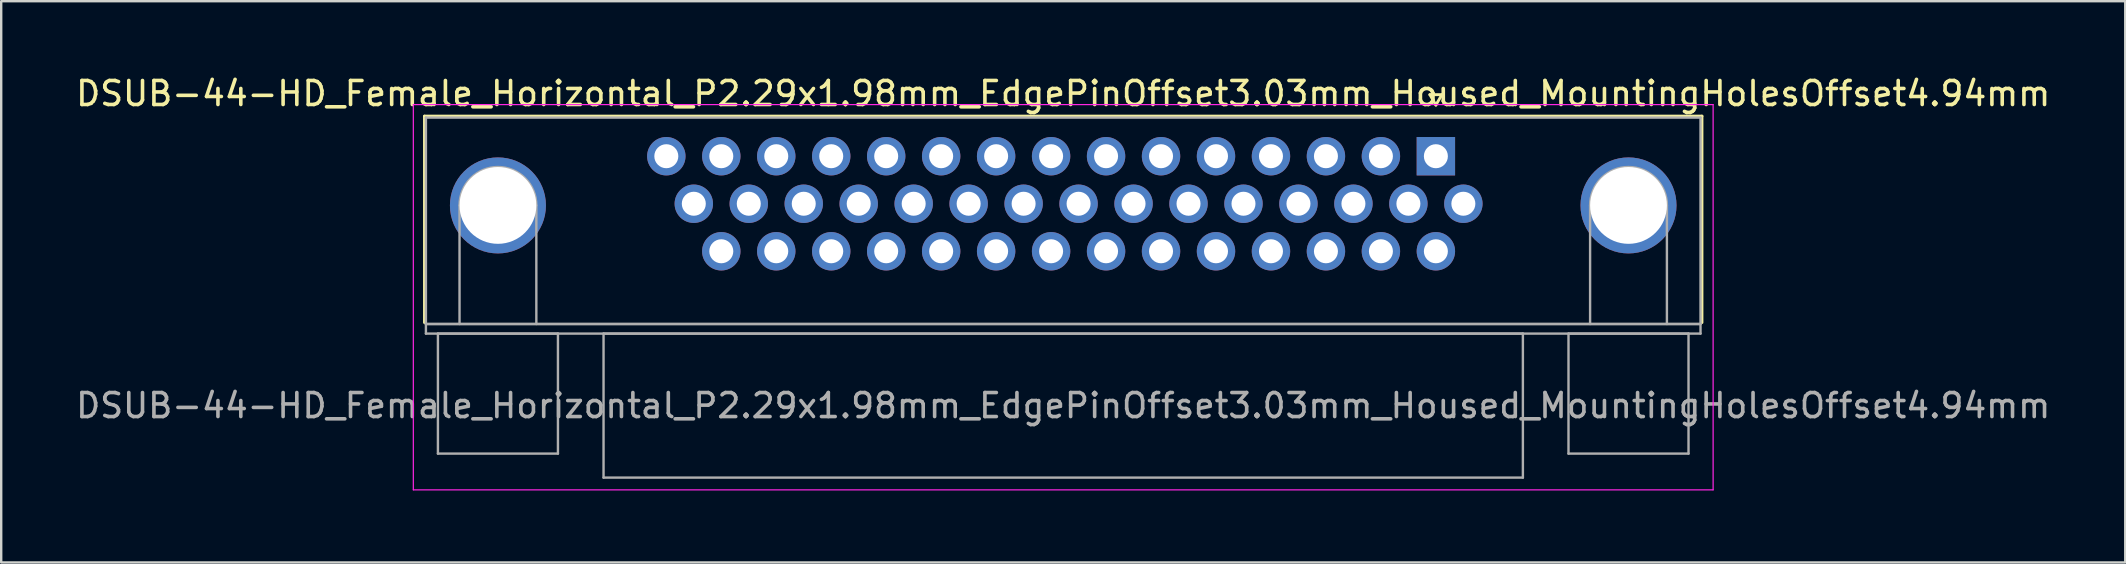
<source format=kicad_pcb>
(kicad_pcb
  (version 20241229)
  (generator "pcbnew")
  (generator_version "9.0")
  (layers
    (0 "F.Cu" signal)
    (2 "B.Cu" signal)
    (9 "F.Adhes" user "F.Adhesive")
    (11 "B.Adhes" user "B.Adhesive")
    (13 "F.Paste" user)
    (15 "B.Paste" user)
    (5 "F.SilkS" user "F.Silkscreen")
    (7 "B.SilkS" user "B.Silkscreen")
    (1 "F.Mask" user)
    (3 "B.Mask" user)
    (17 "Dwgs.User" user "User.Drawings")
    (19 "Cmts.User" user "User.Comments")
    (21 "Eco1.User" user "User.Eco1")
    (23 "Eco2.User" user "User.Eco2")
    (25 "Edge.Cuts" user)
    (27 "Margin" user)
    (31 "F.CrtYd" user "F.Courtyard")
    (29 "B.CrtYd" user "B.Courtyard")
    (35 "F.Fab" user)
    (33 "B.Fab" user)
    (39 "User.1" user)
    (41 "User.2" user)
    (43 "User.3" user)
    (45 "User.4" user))
  (footprint "DSUB-44-HD_Female_Horizontal_P2.29x1.98mm_EdgePinOffset3.03mm_Housed_MountingHolesOffset4.94mm"
    (layer "F.Cu")
    (at 56.769 3.458)
    (property "Reference" "DSUB-44-HD_Female_Horizontal_P2.29x1.98mm_EdgePinOffset3.03mm_Housed_MountingHolesOffset4.94mm" (at -15.525 -2.61 0) (layer "F.SilkS") (effects (font (size 1 1) (thickness 0.15))))
    (attr through_hole)
    (fp_line (start -42.135 -1.67) (end 11.085 -1.67) (stroke (width 0.12) (type solid)) (layer "F.SilkS"))
    (fp_line (start -42.135 6.93) (end -42.135 -1.67) (stroke (width 0.12) (type solid)) (layer "F.SilkS"))
    (fp_line (start -0.25 -2.564) (end 0.25 -2.564) (stroke (width 0.12) (type solid)) (layer "F.SilkS"))
    (fp_line (start 0 -2.131) (end -0.25 -2.564) (stroke (width 0.12) (type solid)) (layer "F.SilkS"))
    (fp_line (start 0.25 -2.564) (end 0 -2.131) (stroke (width 0.12) (type solid)) (layer "F.SilkS"))
    (fp_line (start 11.085 -1.67) (end 11.085 6.93) (stroke (width 0.12) (type solid)) (layer "F.SilkS"))
    (fp_line (start -42.6 -2.15) (end -42.6 13.9) (stroke (width 0.05) (type solid)) (layer "F.CrtYd"))
    (fp_line (start -42.6 13.9) (end 11.55 13.9) (stroke (width 0.05) (type solid)) (layer "F.CrtYd"))
    (fp_line (start 11.55 -2.15) (end -42.6 -2.15) (stroke (width 0.05) (type solid)) (layer "F.CrtYd"))
    (fp_line (start 11.55 13.9) (end 11.55 -2.15) (stroke (width 0.05) (type solid)) (layer "F.CrtYd"))
    (fp_line (start -42.075 -1.61) (end -42.075 6.99) (stroke (width 0.1) (type solid)) (layer "F.Fab"))
    (fp_line (start -42.075 6.99) (end -42.075 7.39) (stroke (width 0.1) (type solid)) (layer "F.Fab"))
    (fp_line (start -42.075 6.99) (end 11.025 6.99) (stroke (width 0.1) (type solid)) (layer "F.Fab"))
    (fp_line (start -42.075 7.39) (end 11.025 7.39) (stroke (width 0.1) (type solid)) (layer "F.Fab"))
    (fp_line (start -41.575 7.39) (end -41.575 12.39) (stroke (width 0.1) (type solid)) (layer "F.Fab"))
    (fp_line (start -41.575 12.39) (end -36.575 12.39) (stroke (width 0.1) (type solid)) (layer "F.Fab"))
    (fp_line (start -40.675 6.99) (end -40.675 2.05) (stroke (width 0.1) (type solid)) (layer "F.Fab"))
    (fp_line (start -37.475 6.99) (end -37.475 2.05) (stroke (width 0.1) (type solid)) (layer "F.Fab"))
    (fp_line (start -36.575 7.39) (end -41.575 7.39) (stroke (width 0.1) (type solid)) (layer "F.Fab"))
    (fp_line (start -36.575 12.39) (end -36.575 7.39) (stroke (width 0.1) (type solid)) (layer "F.Fab"))
    (fp_line (start -34.675 7.39) (end -34.675 13.39) (stroke (width 0.1) (type solid)) (layer "F.Fab"))
    (fp_line (start -34.675 13.39) (end 3.625 13.39) (stroke (width 0.1) (type solid)) (layer "F.Fab"))
    (fp_line (start 3.625 7.39) (end -34.675 7.39) (stroke (width 0.1) (type solid)) (layer "F.Fab"))
    (fp_line (start 3.625 13.39) (end 3.625 7.39) (stroke (width 0.1) (type solid)) (layer "F.Fab"))
    (fp_line (start 5.525 7.39) (end 5.525 12.39) (stroke (width 0.1) (type solid)) (layer "F.Fab"))
    (fp_line (start 5.525 12.39) (end 10.525 12.39) (stroke (width 0.1) (type solid)) (layer "F.Fab"))
    (fp_line (start 6.425 6.99) (end 6.425 2.05) (stroke (width 0.1) (type solid)) (layer "F.Fab"))
    (fp_line (start 9.625 6.99) (end 9.625 2.05) (stroke (width 0.1) (type solid)) (layer "F.Fab"))
    (fp_line (start 10.525 7.39) (end 5.525 7.39) (stroke (width 0.1) (type solid)) (layer "F.Fab"))
    (fp_line (start 10.525 12.39) (end 10.525 7.39) (stroke (width 0.1) (type solid)) (layer "F.Fab"))
    (fp_line (start 11.025 -1.61) (end -42.075 -1.61) (stroke (width 0.1) (type solid)) (layer "F.Fab"))
    (fp_line (start 11.025 6.99) (end -42.075 6.99) (stroke (width 0.1) (type solid)) (layer "F.Fab"))
    (fp_line (start 11.025 6.99) (end 11.025 -1.61) (stroke (width 0.1) (type solid)) (layer "F.Fab"))
    (fp_line (start 11.025 7.39) (end 11.025 6.99) (stroke (width 0.1) (type solid)) (layer "F.Fab"))
    (fp_arc (start -40.675 2.05) (mid -39.075 0.45) (end -37.475 2.05) (stroke (width 0.1) (type solid)) (layer "F.Fab"))
    (fp_arc (start 6.425 2.05) (mid 8.025 0.45) (end 9.625 2.05) (stroke (width 0.1) (type solid)) (layer "F.Fab"))
    (fp_text user "${REFERENCE}" (at -15.525 10.39 0) (layer "F.Fab") (effects (font (size 1 1) (thickness 0.15))))
    (pad "0" thru_hole circle (at -39.075 2.05) (size 4 4) (drill 3.2) (layers "*.Cu" "*.Mask"))
    (pad "0" thru_hole circle (at 8.025 2.05) (size 4 4) (drill 3.2) (layers "*.Cu" "*.Mask"))
    (pad "1" thru_hole rect (at 0 0) (size 1.6 1.6) (drill 1) (layers "*.Cu" "*.Mask"))
    (pad "2" thru_hole circle (at -2.29 0) (size 1.6 1.6) (drill 1) (layers "*.Cu" "*.Mask"))
    (pad "3" thru_hole circle (at -4.58 0) (size 1.6 1.6) (drill 1) (layers "*.Cu" "*.Mask"))
    (pad "4" thru_hole circle (at -6.87 0) (size 1.6 1.6) (drill 1) (layers "*.Cu" "*.Mask"))
    (pad "5" thru_hole circle (at -9.16 0) (size 1.6 1.6) (drill 1) (layers "*.Cu" "*.Mask"))
    (pad "6" thru_hole circle (at -11.45 0) (size 1.6 1.6) (drill 1) (layers "*.Cu" "*.Mask"))
    (pad "7" thru_hole circle (at -13.74 0) (size 1.6 1.6) (drill 1) (layers "*.Cu" "*.Mask"))
    (pad "8" thru_hole circle (at -16.03 0) (size 1.6 1.6) (drill 1) (layers "*.Cu" "*.Mask"))
    (pad "9" thru_hole circle (at -18.32 0) (size 1.6 1.6) (drill 1) (layers "*.Cu" "*.Mask"))
    (pad "10" thru_hole circle (at -20.61 0) (size 1.6 1.6) (drill 1) (layers "*.Cu" "*.Mask"))
    (pad "11" thru_hole circle (at -22.9 0) (size 1.6 1.6) (drill 1) (layers "*.Cu" "*.Mask"))
    (pad "12" thru_hole circle (at -25.19 0) (size 1.6 1.6) (drill 1) (layers "*.Cu" "*.Mask"))
    (pad "13" thru_hole circle (at -27.48 0) (size 1.6 1.6) (drill 1) (layers "*.Cu" "*.Mask"))
    (pad "14" thru_hole circle (at -29.77 0) (size 1.6 1.6) (drill 1) (layers "*.Cu" "*.Mask"))
    (pad "15" thru_hole circle (at -32.06 0) (size 1.6 1.6) (drill 1) (layers "*.Cu" "*.Mask"))
    (pad "16" thru_hole circle (at 1.145 1.98) (size 1.6 1.6) (drill 1) (layers "*.Cu" "*.Mask"))
    (pad "17" thru_hole circle (at -1.145 1.98) (size 1.6 1.6) (drill 1) (layers "*.Cu" "*.Mask"))
    (pad "18" thru_hole circle (at -3.435 1.98) (size 1.6 1.6) (drill 1) (layers "*.Cu" "*.Mask"))
    (pad "19" thru_hole circle (at -5.725 1.98) (size 1.6 1.6) (drill 1) (layers "*.Cu" "*.Mask"))
    (pad "20" thru_hole circle (at -8.015 1.98) (size 1.6 1.6) (drill 1) (layers "*.Cu" "*.Mask"))
    (pad "21" thru_hole circle (at -10.305 1.98) (size 1.6 1.6) (drill 1) (layers "*.Cu" "*.Mask"))
    (pad "22" thru_hole circle (at -12.595 1.98) (size 1.6 1.6) (drill 1) (layers "*.Cu" "*.Mask"))
    (pad "23" thru_hole circle (at -14.885 1.98) (size 1.6 1.6) (drill 1) (layers "*.Cu" "*.Mask"))
    (pad "24" thru_hole circle (at -17.175 1.98) (size 1.6 1.6) (drill 1) (layers "*.Cu" "*.Mask"))
    (pad "25" thru_hole circle (at -19.465 1.98) (size 1.6 1.6) (drill 1) (layers "*.Cu" "*.Mask"))
    (pad "26" thru_hole circle (at -21.755 1.98) (size 1.6 1.6) (drill 1) (layers "*.Cu" "*.Mask"))
    (pad "27" thru_hole circle (at -24.045 1.98) (size 1.6 1.6) (drill 1) (layers "*.Cu" "*.Mask"))
    (pad "28" thru_hole circle (at -26.335 1.98) (size 1.6 1.6) (drill 1) (layers "*.Cu" "*.Mask"))
    (pad "29" thru_hole circle (at -28.625 1.98) (size 1.6 1.6) (drill 1) (layers "*.Cu" "*.Mask"))
    (pad "30" thru_hole circle (at -30.915 1.98) (size 1.6 1.6) (drill 1) (layers "*.Cu" "*.Mask"))
    (pad "31" thru_hole circle (at 0 3.96) (size 1.6 1.6) (drill 1) (layers "*.Cu" "*.Mask"))
    (pad "32" thru_hole circle (at -2.29 3.96) (size 1.6 1.6) (drill 1) (layers "*.Cu" "*.Mask"))
    (pad "33" thru_hole circle (at -4.58 3.96) (size 1.6 1.6) (drill 1) (layers "*.Cu" "*.Mask"))
    (pad "34" thru_hole circle (at -6.87 3.96) (size 1.6 1.6) (drill 1) (layers "*.Cu" "*.Mask"))
    (pad "35" thru_hole circle (at -9.16 3.96) (size 1.6 1.6) (drill 1) (layers "*.Cu" "*.Mask"))
    (pad "36" thru_hole circle (at -11.45 3.96) (size 1.6 1.6) (drill 1) (layers "*.Cu" "*.Mask"))
    (pad "37" thru_hole circle (at -13.74 3.96) (size 1.6 1.6) (drill 1) (layers "*.Cu" "*.Mask"))
    (pad "38" thru_hole circle (at -16.03 3.96) (size 1.6 1.6) (drill 1) (layers "*.Cu" "*.Mask"))
    (pad "39" thru_hole circle (at -18.32 3.96) (size 1.6 1.6) (drill 1) (layers "*.Cu" "*.Mask"))
    (pad "40" thru_hole circle (at -20.61 3.96) (size 1.6 1.6) (drill 1) (layers "*.Cu" "*.Mask"))
    (pad "41" thru_hole circle (at -22.9 3.96) (size 1.6 1.6) (drill 1) (layers "*.Cu" "*.Mask"))
    (pad "42" thru_hole circle (at -25.19 3.96) (size 1.6 1.6) (drill 1) (layers "*.Cu" "*.Mask"))
    (pad "43" thru_hole circle (at -27.48 3.96) (size 1.6 1.6) (drill 1) (layers "*.Cu" "*.Mask"))
    (pad "44" thru_hole circle (at -29.77 3.96) (size 1.6 1.6) (drill 1) (layers "*.Cu" "*.Mask")))
  (gr_rect
    (start -3 -3)
    (end 85.488 20.383)
    (stroke (width 0.1) (type default))
    (fill no)
    (layer "Edge.Cuts")))
</source>
